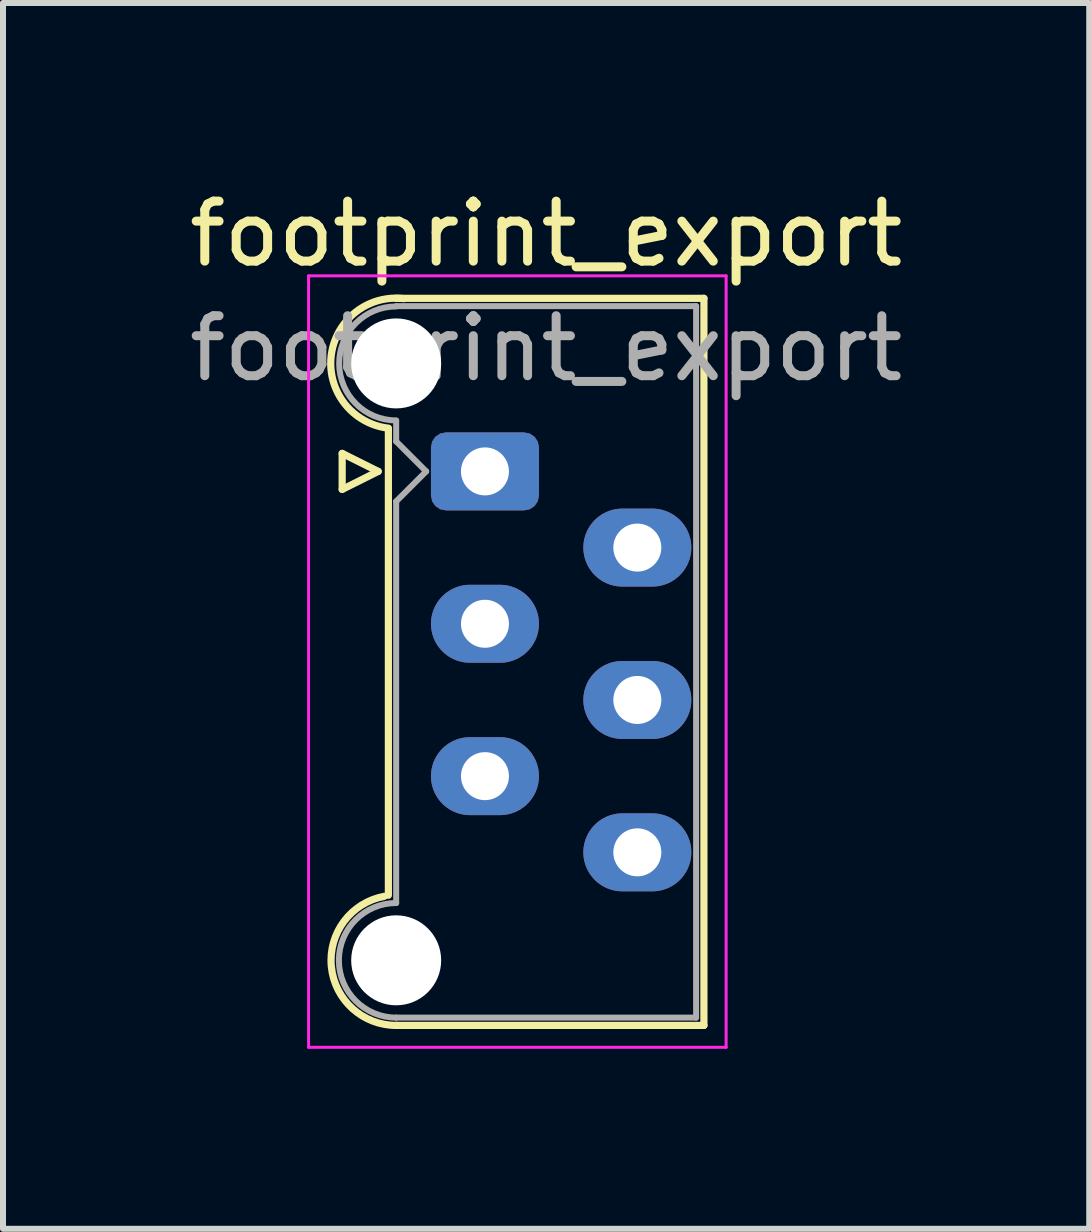
<source format=kicad_pcb>
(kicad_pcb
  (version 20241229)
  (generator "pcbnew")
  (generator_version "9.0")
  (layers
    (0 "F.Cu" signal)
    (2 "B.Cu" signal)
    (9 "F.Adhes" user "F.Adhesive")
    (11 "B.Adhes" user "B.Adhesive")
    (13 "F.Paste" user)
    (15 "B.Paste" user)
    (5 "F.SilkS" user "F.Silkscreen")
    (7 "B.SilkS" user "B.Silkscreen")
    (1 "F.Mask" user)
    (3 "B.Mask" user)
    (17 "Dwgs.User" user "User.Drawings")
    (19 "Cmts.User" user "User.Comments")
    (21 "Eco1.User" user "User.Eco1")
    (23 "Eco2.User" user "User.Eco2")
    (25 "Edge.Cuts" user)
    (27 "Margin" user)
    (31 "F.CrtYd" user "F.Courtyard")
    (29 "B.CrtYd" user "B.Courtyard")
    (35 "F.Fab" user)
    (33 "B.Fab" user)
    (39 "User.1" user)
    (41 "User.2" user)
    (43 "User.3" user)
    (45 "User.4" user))
  (footprint "footprint_export"
    (layer "F.Cu")
    (at 5.034 4.808)
    (property "Reference" "footprint_export" (at 1.02 -3.96 0) (layer "F.SilkS") (effects (font (size 1 1) (thickness 0.15))))
    (attr through_hole)
    (fp_line (start -2.38 -0.3) (end -2.38 0.3) (stroke (width 0.12) (type solid)) (layer "F.SilkS"))
    (fp_line (start -2.38 0.3) (end -1.78 0) (stroke (width 0.12) (type solid)) (layer "F.SilkS"))
    (fp_line (start -1.78 0) (end -2.38 -0.3) (stroke (width 0.12) (type solid)) (layer "F.SilkS"))
    (fp_line (start -1.61 -0.715) (end -1.61 7.065) (stroke (width 0.12) (type solid)) (layer "F.SilkS"))
    (fp_line (start -1.48 -2.885) (end 3.65 -2.885) (stroke (width 0.12) (type solid)) (layer "F.SilkS"))
    (fp_line (start 3.65 -2.885) (end 3.65 9.235) (stroke (width 0.12) (type solid)) (layer "F.SilkS"))
    (fp_line (start 3.65 9.235) (end -1.48 9.235) (stroke (width 0.12) (type solid)) (layer "F.SilkS"))
    (fp_arc (start -1.61 -0.72) (mid -2.56 -1.93) (end -1.35 -2.88) (stroke (width 0.12) (type solid)) (layer "F.SilkS"))
    (fp_arc (start -1.47 9.235) (mid -2.56 8.254526) (end -1.678256 7.08322) (stroke (width 0.12) (type solid)) (layer "F.SilkS"))
    (fp_line (start -2.94 -3.26) (end -2.94 9.6) (stroke (width 0.05) (type solid)) (layer "F.CrtYd"))
    (fp_line (start -2.94 9.6) (end 4.02 9.6) (stroke (width 0.05) (type solid)) (layer "F.CrtYd"))
    (fp_line (start 4.02 -3.26) (end -2.94 -3.26) (stroke (width 0.05) (type solid)) (layer "F.CrtYd"))
    (fp_line (start 4.02 9.6) (end 4.02 -3.26) (stroke (width 0.05) (type solid)) (layer "F.CrtYd"))
    (fp_line (start -1.48 -2.755) (end 3.52 -2.755) (stroke (width 0.1) (type solid)) (layer "F.Fab"))
    (fp_line (start -1.48 -0.845) (end -1.48 -0.5) (stroke (width 0.1) (type solid)) (layer "F.Fab"))
    (fp_line (start -1.48 -0.5) (end -0.98 0) (stroke (width 0.1) (type solid)) (layer "F.Fab"))
    (fp_line (start -1.48 0.5) (end -1.48 7.195) (stroke (width 0.1) (type solid)) (layer "F.Fab"))
    (fp_line (start -0.98 0) (end -1.48 0.5) (stroke (width 0.1) (type solid)) (layer "F.Fab"))
    (fp_line (start 3.52 -2.755) (end 3.52 9.105) (stroke (width 0.1) (type solid)) (layer "F.Fab"))
    (fp_line (start 3.52 9.105) (end -1.48 9.105) (stroke (width 0.1) (type solid)) (layer "F.Fab"))
    (fp_arc (start -1.48 -0.85) (mid -2.43 -1.8) (end -1.48 -2.75) (stroke (width 0.1) (type solid)) (layer "F.Fab"))
    (fp_arc (start -1.48 9.105) (mid -2.435 8.15) (end -1.48 7.195) (stroke (width 0.1) (type solid)) (layer "F.Fab"))
    (fp_text user "${REFERENCE}" (at 1.02 -2.05 0) (layer "F.Fab") (effects (font (size 1 1) (thickness 0.15))))
    (pad "" np_thru_hole circle (at -1.48 -1.8) (size 1.5 1.5) (drill 1.5) (layers "*.Cu" "*.Mask"))
    (pad "" np_thru_hole circle (at -1.48 8.15) (size 1.5 1.5) (drill 1.5) (layers "*.Cu" "*.Mask"))
    (pad "1" thru_hole roundrect (at 0 0) (size 1.8 1.3) (drill 0.8) (layers "*.Cu" "*.Mask") (roundrect_rratio 0.192))
    (pad "2" thru_hole oval (at 2.54 1.27) (size 1.8 1.3) (drill 0.8) (layers "*.Cu" "*.Mask"))
    (pad "3" thru_hole oval (at 0 2.54) (size 1.8 1.3) (drill 0.8) (layers "*.Cu" "*.Mask"))
    (pad "4" thru_hole oval (at 2.54 3.81) (size 1.8 1.3) (drill 0.8) (layers "*.Cu" "*.Mask"))
    (pad "5" thru_hole oval (at 0 5.08) (size 1.8 1.3) (drill 0.8) (layers "*.Cu" "*.Mask"))
    (pad "6" thru_hole oval (at 2.54 6.35) (size 1.8 1.3) (drill 0.8) (layers "*.Cu" "*.Mask")))
  (gr_rect
    (start -3 -3)
    (end 15.107 17.433)
    (stroke (width 0.1) (type default))
    (fill no)
    (layer "Edge.Cuts")))
</source>
